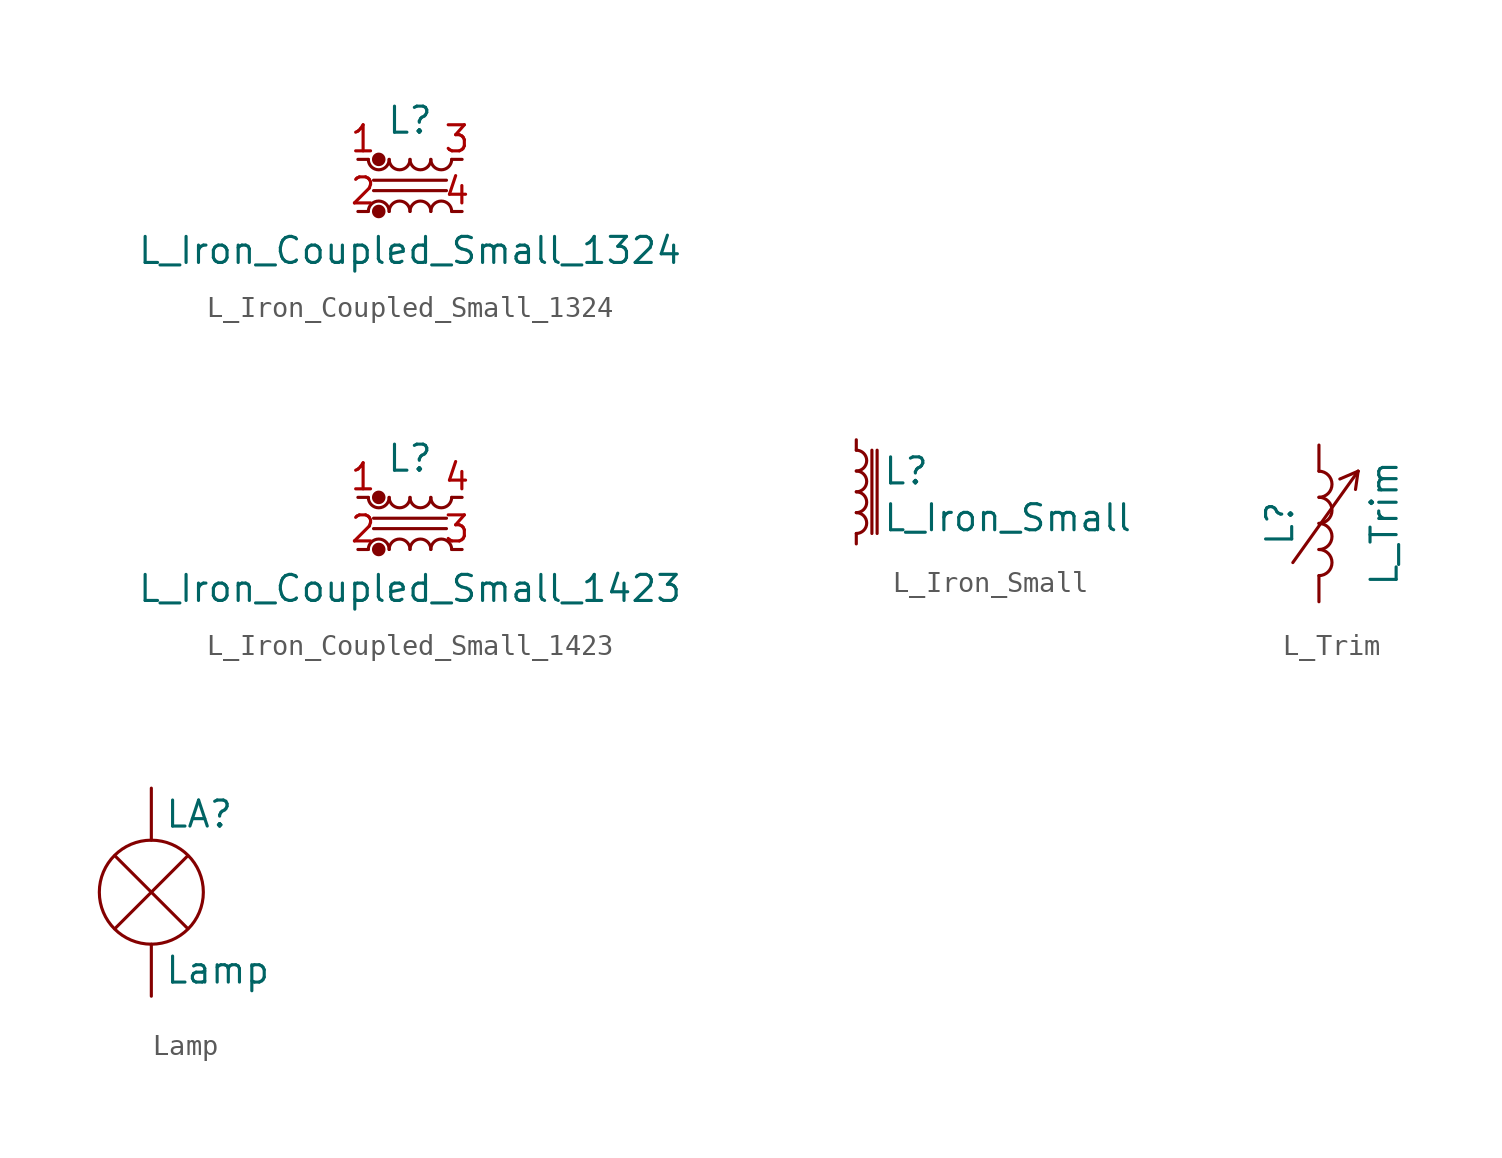
<source format=kicad_sym>
(kicad_symbol_lib
  (version 20211014)
  (generator kicad_symbol_editor)
  (symbol "L_Iron_Coupled_Small_1324"
    (pin_names
      (offset 0.254) hide)
    (property "Reference" "L"
      (at 0 3.175 0)
      (effects (font (size 1.27 1.27))))
    (property "Value" "L_Iron_Coupled_Small_1324"
      (at 0 -3.175 0)
      (effects (font (size 1.27 1.27))))
    (symbol "L_Iron_Coupled_Small_1324_0_1"
      (arc (start -2.032 1.27) (mid -1.524 0.762) (end -1.016 1.27) (stroke (width 0) (type default) (color 0 0 0 0)) (fill (type none)))
      (circle (center -1.524 -1.27) (radius 0.254) (stroke (width 0) (type default) (color 0 0 0 0)) (fill (type outline)))
      (circle (center -1.524 1.27) (radius 0.254) (stroke (width 0) (type default) (color 0 0 0 0)) (fill (type outline)))
      (arc (start -1.016 -1.27) (mid -1.524 -0.762) (end -2.032 -1.27) (stroke (width 0) (type default) (color 0 0 0 0)) (fill (type none)))
      (arc (start -1.016 1.27) (mid -0.508 0.762) (end 0 1.27) (stroke (width 0) (type default) (color 0 0 0 0)) (fill (type none)))
      (arc (start 0 -1.27) (mid -0.508 -0.762) (end -1.016 -1.27) (stroke (width 0) (type default) (color 0 0 0 0)) (fill (type none)))
      (polyline (pts (xy 1.778 -0.254) (xy -1.778 -0.254)) (stroke (width 0) (type default) (color 0 0 0 0)) (fill (type none)))
      (polyline (pts (xy 1.778 0.254) (xy -1.778 0.254)) (stroke (width 0) (type default) (color 0 0 0 0)) (fill (type none)))
      (arc (start 0 1.27) (mid 0.508 0.762) (end 1.016 1.27) (stroke (width 0) (type default) (color 0 0 0 0)) (fill (type none)))
      (arc (start 1.016 -1.27) (mid 0.508 -0.762) (end 0 -1.27) (stroke (width 0) (type default) (color 0 0 0 0)) (fill (type none)))
      (arc (start 1.016 1.27) (mid 1.524 0.762) (end 2.032 1.27) (stroke (width 0) (type default) (color 0 0 0 0)) (fill (type none)))
      (arc (start 2.032 -1.27) (mid 1.524 -0.762) (end 1.016 -1.27) (stroke (width 0) (type default) (color 0 0 0 0)) (fill (type none))))
    (symbol "L_Iron_Coupled_Small_1324_1_1"
      (pin passive line (at -2.54 1.27 0) (length 0.508) (name "1" (effects (font (size 1.27 1.27)))) (number "1" (effects (font (size 1.27 1.27)))))
      (pin passive line (at -2.54 -1.27 0) (length 0.508) (name "2" (effects (font (size 1.27 1.27)))) (number "2" (effects (font (size 1.27 1.27)))))
      (pin passive line (at 2.54 1.27 180) (length 0.508) (name "3" (effects (font (size 1.27 1.27)))) (number "3" (effects (font (size 1.27 1.27)))))
      (pin passive line (at 2.54 -1.27 180) (length 0.508) (name "4" (effects (font (size 1.27 1.27)))) (number "4" (effects (font (size 1.27 1.27)))))))
  (symbol "L_Iron_Coupled_Small_1423"
    (pin_names
      (offset 0.254) hide)
    (property "Reference" "L"
      (at 0 3.175 0)
      (effects (font (size 1.27 1.27))))
    (property "Value" "L_Iron_Coupled_Small_1423"
      (at 0 -3.175 0)
      (effects (font (size 1.27 1.27))))
    (symbol "L_Iron_Coupled_Small_1423_0_1"
      (arc (start -2.032 1.27) (mid -1.524 0.762) (end -1.016 1.27) (stroke (width 0) (type default) (color 0 0 0 0)) (fill (type none)))
      (circle (center -1.524 -1.27) (radius 0.254) (stroke (width 0) (type default) (color 0 0 0 0)) (fill (type outline)))
      (circle (center -1.524 1.27) (radius 0.254) (stroke (width 0) (type default) (color 0 0 0 0)) (fill (type outline)))
      (arc (start -1.016 -1.27) (mid -1.524 -0.762) (end -2.032 -1.27) (stroke (width 0) (type default) (color 0 0 0 0)) (fill (type none)))
      (arc (start -1.016 1.27) (mid -0.508 0.762) (end 0 1.27) (stroke (width 0) (type default) (color 0 0 0 0)) (fill (type none)))
      (arc (start 0 -1.27) (mid -0.508 -0.762) (end -1.016 -1.27) (stroke (width 0) (type default) (color 0 0 0 0)) (fill (type none)))
      (polyline (pts (xy 1.778 -0.254) (xy -1.778 -0.254)) (stroke (width 0) (type default) (color 0 0 0 0)) (fill (type none)))
      (polyline (pts (xy 1.778 0.254) (xy -1.778 0.254)) (stroke (width 0) (type default) (color 0 0 0 0)) (fill (type none)))
      (arc (start 0 1.27) (mid 0.508 0.762) (end 1.016 1.27) (stroke (width 0) (type default) (color 0 0 0 0)) (fill (type none)))
      (arc (start 1.016 -1.27) (mid 0.508 -0.762) (end 0 -1.27) (stroke (width 0) (type default) (color 0 0 0 0)) (fill (type none)))
      (arc (start 1.016 1.27) (mid 1.524 0.762) (end 2.032 1.27) (stroke (width 0) (type default) (color 0 0 0 0)) (fill (type none)))
      (arc (start 2.032 -1.27) (mid 1.524 -0.762) (end 1.016 -1.27) (stroke (width 0) (type default) (color 0 0 0 0)) (fill (type none))))
    (symbol "L_Iron_Coupled_Small_1423_1_1"
      (pin passive line (at -2.54 1.27 0) (length 0.508) (name "1" (effects (font (size 1.27 1.27)))) (number "1" (effects (font (size 1.27 1.27)))))
      (pin passive line (at -2.54 -1.27 0) (length 0.508) (name "2" (effects (font (size 1.27 1.27)))) (number "2" (effects (font (size 1.27 1.27)))))
      (pin passive line (at 2.54 -1.27 180) (length 0.508) (name "3" (effects (font (size 1.27 1.27)))) (number "3" (effects (font (size 1.27 1.27)))))
      (pin passive line (at 2.54 1.27 180) (length 0.508) (name "4" (effects (font (size 1.27 1.27)))) (number "4" (effects (font (size 1.27 1.27)))))))
  (symbol "L_Iron_Small"
    (pin_numbers hide)
    (pin_names
      (offset 0.254) hide)
    (property "Reference" "L"
      (at 1.27 1.016 0)
      (effects (font (size 1.27 1.27)) (justify left)))
    (property "Value" "L_Iron_Small"
      (at 1.27 -1.27 0)
      (effects (font (size 1.27 1.27)) (justify left)))
    (symbol "L_Iron_Small_0_1"
      (arc (start 0 -2.032) (mid 0.508 -1.524) (end 0 -1.016) (stroke (width 0) (type default) (color 0 0 0 0)) (fill (type none)))
      (arc (start 0 -1.016) (mid 0.508 -0.508) (end 0 0) (stroke (width 0) (type default) (color 0 0 0 0)) (fill (type none)))
      (polyline (pts (xy 0.762 2.032) (xy 0.762 -2.032)) (stroke (width 0) (type default) (color 0 0 0 0)) (fill (type none)))
      (polyline (pts (xy 1.016 -2.032) (xy 1.016 2.032)) (stroke (width 0) (type default) (color 0 0 0 0)) (fill (type none)))
      (arc (start 0 0) (mid 0.508 0.508) (end 0 1.016) (stroke (width 0) (type default) (color 0 0 0 0)) (fill (type none)))
      (arc (start 0 1.016) (mid 0.508 1.524) (end 0 2.032) (stroke (width 0) (type default) (color 0 0 0 0)) (fill (type none))))
    (symbol "L_Iron_Small_1_1"
      (pin passive line (at 0 2.54 270) (length 0.508) (name "~" (effects (font (size 1.27 1.27)))) (number "1" (effects (font (size 1.27 1.27)))))
      (pin passive line (at 0 -2.54 90) (length 0.508) (name "~" (effects (font (size 1.27 1.27)))) (number "2" (effects (font (size 1.27 1.27)))))))
  (symbol "L_Trim"
    (pin_numbers hide)
    (pin_names
      (offset 1.016) hide)
    (property "Reference" "L"
      (at -1.905 0 90)
      (effects (font (size 1.27 1.27))))
    (property "Value" "L_Trim"
      (at 3.175 0 90)
      (effects (font (size 1.27 1.27))))
    (symbol "L_Trim_0_1"
      (arc (start 0 -2.54) (mid 0.635 -1.905) (end 0 -1.27) (stroke (width 0) (type default) (color 0 0 0 0)) (fill (type none)))
      (arc (start 0 -1.27) (mid 0.635 -0.635) (end 0 0) (stroke (width 0) (type default) (color 0 0 0 0)) (fill (type none)))
      (polyline (pts (xy -1.27 -1.905) (xy 1.905 2.54)) (stroke (width 0) (type default) (color 0 0 0 0)) (fill (type none)))
      (polyline (pts (xy 1.905 2.54) (xy 1.016 2.159)) (stroke (width 0) (type default) (color 0 0 0 0)) (fill (type none)))
      (polyline (pts (xy 1.905 2.54) (xy 1.778 1.651)) (stroke (width 0) (type default) (color 0 0 0 0)) (fill (type none)))
      (arc (start 0 0) (mid 0.635 0.635) (end 0 1.27) (stroke (width 0) (type default) (color 0 0 0 0)) (fill (type none)))
      (arc (start 0 1.27) (mid 0.635 1.905) (end 0 2.54) (stroke (width 0) (type default) (color 0 0 0 0)) (fill (type none))))
    (symbol "L_Trim_1_1"
      (pin passive line (at 0 3.81 270) (length 1.27) (name "1" (effects (font (size 1.27 1.27)))) (number "1" (effects (font (size 1.27 1.27)))))
      (pin passive line (at 0 -3.81 90) (length 1.27) (name "2" (effects (font (size 1.27 1.27)))) (number "2" (effects (font (size 1.27 1.27)))))))
  (symbol "Lamp"
    (pin_numbers hide)
    (pin_names
      (offset 0.025) hide)
    (property "Reference" "LA"
      (at 0.635 3.81 0)
      (effects (font (size 1.27 1.27)) (justify left)))
    (property "Value" "Lamp"
      (at 0.635 -3.81 0)
      (effects (font (size 1.27 1.27)) (justify left)))
    (symbol "Lamp_0_1"
      (polyline (pts (xy -1.778 1.778) (xy 1.778 -1.778)) (stroke (width 0) (type default) (color 0 0 0 0)) (fill (type none)))
      (polyline (pts (xy 1.778 1.778) (xy -1.778 -1.778)) (stroke (width 0) (type default) (color 0 0 0 0)) (fill (type none)))
      (circle (center 0 0) (radius 2.54) (stroke (width 0) (type default) (color 0 0 0 0)) (fill (type none))))
    (symbol "Lamp_1_1"
      (pin passive line (at 0 -5.08 90) (length 2.54) (name "-" (effects (font (size 1.27 1.27)))) (number "1" (effects (font (size 1.27 1.27)))))
      (pin passive line (at 0 5.08 270) (length 2.54) (name "+" (effects (font (size 1.27 1.27)))) (number "2" (effects (font (size 1.27 1.27))))))))
</source>
